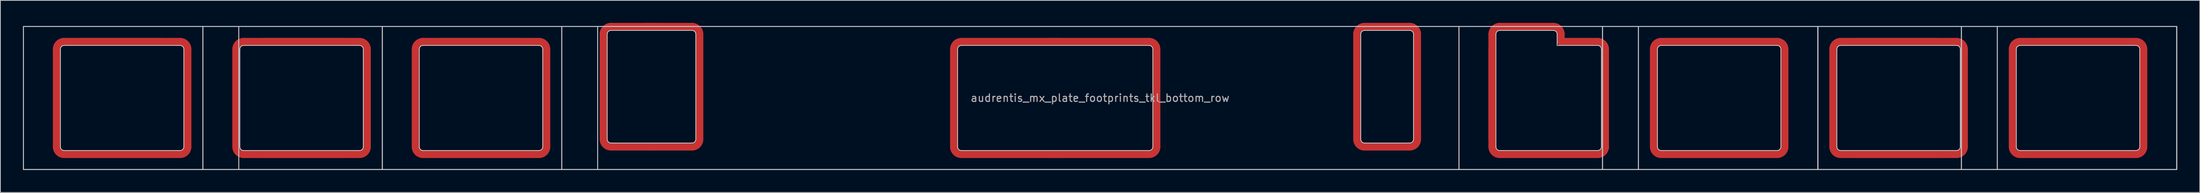
<source format=kicad_pcb>
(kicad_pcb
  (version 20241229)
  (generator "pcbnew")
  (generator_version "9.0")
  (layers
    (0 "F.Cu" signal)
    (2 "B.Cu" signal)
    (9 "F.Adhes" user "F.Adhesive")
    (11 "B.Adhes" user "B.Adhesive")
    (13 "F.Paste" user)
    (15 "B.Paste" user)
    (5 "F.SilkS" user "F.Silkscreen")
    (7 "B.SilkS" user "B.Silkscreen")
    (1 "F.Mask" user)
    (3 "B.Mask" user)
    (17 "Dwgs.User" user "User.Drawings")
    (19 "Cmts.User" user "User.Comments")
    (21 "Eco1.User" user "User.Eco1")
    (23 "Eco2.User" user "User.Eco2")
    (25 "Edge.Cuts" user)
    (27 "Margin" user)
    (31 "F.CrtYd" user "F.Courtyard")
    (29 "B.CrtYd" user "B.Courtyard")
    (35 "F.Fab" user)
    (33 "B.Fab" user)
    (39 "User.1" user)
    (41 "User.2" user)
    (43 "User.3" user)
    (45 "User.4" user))
  (footprint "audrentis_mx_plate_footprints_tkl_bottom_row"
    (layer "F.Cu")
    (at 142.935 10)
    (property "Reference" "audrentis_mx_plate_footprints_tkl_bottom_row" (at 0 0 0) (layer "F.Fab") (effects (font (size 1 1) (thickness 0.15))))
    (attr through_hole)
    (fp_line (start -138.469 -6.5) (end -138.469 6.5) (stroke (width 1) (type solid)) (layer "F.Cu"))
    (fp_line (start -137.469 7.5) (end -124.469 7.5) (stroke (width 1) (type solid)) (layer "F.Cu"))
    (fp_line (start -135.087 7.5) (end -122.088 7.5) (stroke (width 1) (type solid)) (layer "F.Cu"))
    (fp_line (start -124.469 -7.5) (end -137.469 -7.5) (stroke (width 1) (type solid)) (layer "F.Cu"))
    (fp_line (start -122.088 -7.5) (end -135.087 -7.5) (stroke (width 1) (type solid)) (layer "F.Cu"))
    (fp_line (start -121.088 6.5) (end -121.088 -6.5) (stroke (width 1) (type solid)) (layer "F.Cu"))
    (fp_line (start -114.656 -6.5) (end -114.656 6.5) (stroke (width 1) (type solid)) (layer "F.Cu"))
    (fp_line (start -113.656 7.5) (end -100.656 7.5) (stroke (width 1) (type solid)) (layer "F.Cu"))
    (fp_line (start -111.275 7.5) (end -98.275 7.5) (stroke (width 1) (type solid)) (layer "F.Cu"))
    (fp_line (start -100.656 -7.5) (end -113.656 -7.5) (stroke (width 1) (type solid)) (layer "F.Cu"))
    (fp_line (start -98.275 -7.5) (end -111.275 -7.5) (stroke (width 1) (type solid)) (layer "F.Cu"))
    (fp_line (start -97.275 6.5) (end -97.275 -6.5) (stroke (width 1) (type solid)) (layer "F.Cu"))
    (fp_line (start -90.844 -6.5) (end -90.844 6.5) (stroke (width 1) (type solid)) (layer "F.Cu"))
    (fp_line (start -89.844 7.5) (end -76.844 7.5) (stroke (width 1) (type solid)) (layer "F.Cu"))
    (fp_line (start -87.462 7.5) (end -74.463 7.5) (stroke (width 1) (type solid)) (layer "F.Cu"))
    (fp_line (start -76.844 -7.5) (end -89.844 -7.5) (stroke (width 1) (type solid)) (layer "F.Cu"))
    (fp_line (start -74.463 -7.5) (end -87.462 -7.5) (stroke (width 1) (type solid)) (layer "F.Cu"))
    (fp_line (start -73.463 6.5) (end -73.463 -6.5) (stroke (width 1) (type solid)) (layer "F.Cu"))
    (fp_line (start -65.906 -8.5) (end -65.906 5.5) (stroke (width 1) (type solid)) (layer "F.Cu"))
    (fp_line (start -64.906 6.5) (end -58.906 6.5) (stroke (width 1) (type solid)) (layer "F.Cu"))
    (fp_line (start -60.15 6.5) (end -54.15 6.5) (stroke (width 1) (type solid)) (layer "F.Cu"))
    (fp_line (start -58.906 -9.5) (end -64.906 -9.5) (stroke (width 1) (type solid)) (layer "F.Cu"))
    (fp_line (start -54.15 -9.5) (end -60.15 -9.5) (stroke (width 1) (type solid)) (layer "F.Cu"))
    (fp_line (start -53.15 5.5) (end -53.15 -8.5) (stroke (width 1) (type solid)) (layer "F.Cu"))
    (fp_line (start -19.406 -6.5) (end -19.406 6.5) (stroke (width 1) (type solid)) (layer "F.Cu"))
    (fp_line (start -18.406 7.5) (end -5.406 7.5) (stroke (width 1) (type solid)) (layer "F.Cu"))
    (fp_line (start -6.5 7.5) (end 6.5 7.5) (stroke (width 1) (type solid)) (layer "F.Cu"))
    (fp_line (start -5.406 -7.5) (end -18.406 -7.5) (stroke (width 1) (type solid)) (layer "F.Cu"))
    (fp_line (start 6.5 -7.5) (end -6.5 -7.5) (stroke (width 1) (type solid)) (layer "F.Cu"))
    (fp_line (start 7.5 6.5) (end 7.5 -6.5) (stroke (width 1) (type solid)) (layer "F.Cu"))
    (fp_line (start 34.094 -8.5) (end 34.094 5.5) (stroke (width 1) (type solid)) (layer "F.Cu"))
    (fp_line (start 35.094 6.5) (end 41.094 6.5) (stroke (width 1) (type solid)) (layer "F.Cu"))
    (fp_line (start 41.094 -9.5) (end 35.094 -9.5) (stroke (width 1) (type solid)) (layer "F.Cu"))
    (fp_line (start 42.094 5.5) (end 42.094 -8.5) (stroke (width 1) (type solid)) (layer "F.Cu"))
    (fp_line (start 52.031 -6.5) (end 52.031 6.5) (stroke (width 1) (type solid)) (layer "F.Cu"))
    (fp_line (start 52.031 -8.5) (end 52.031 5.5) (stroke (width 1) (type solid)) (layer "F.Cu"))
    (fp_line (start 53.031 7.5) (end 66.031 7.5) (stroke (width 1) (type solid)) (layer "F.Cu"))
    (fp_line (start 60.15 -9.5) (end 53.031 -9.5) (stroke (width 1) (type solid)) (layer "F.Cu"))
    (fp_line (start 61.15 -7.5) (end 61.15 -8.5) (stroke (width 1) (type solid)) (layer "F.Cu"))
    (fp_line (start 66.031 -7.5) (end 61.15 -7.5) (stroke (width 1) (type solid)) (layer "F.Cu"))
    (fp_line (start 67.031 6.5) (end 67.031 -6.5) (stroke (width 1) (type solid)) (layer "F.Cu"))
    (fp_line (start 73.463 -6.5) (end 73.463 6.5) (stroke (width 1) (type solid)) (layer "F.Cu"))
    (fp_line (start 74.463 7.5) (end 87.463 7.5) (stroke (width 1) (type solid)) (layer "F.Cu"))
    (fp_line (start 76.844 7.5) (end 89.844 7.5) (stroke (width 1) (type solid)) (layer "F.Cu"))
    (fp_line (start 87.463 -7.5) (end 74.463 -7.5) (stroke (width 1) (type solid)) (layer "F.Cu"))
    (fp_line (start 89.844 -7.5) (end 76.844 -7.5) (stroke (width 1) (type solid)) (layer "F.Cu"))
    (fp_line (start 90.844 6.5) (end 90.844 -6.5) (stroke (width 1) (type solid)) (layer "F.Cu"))
    (fp_line (start 97.275 -6.5) (end 97.275 6.5) (stroke (width 1) (type solid)) (layer "F.Cu"))
    (fp_line (start 98.275 7.5) (end 111.275 7.5) (stroke (width 1) (type solid)) (layer "F.Cu"))
    (fp_line (start 100.656 7.5) (end 113.656 7.5) (stroke (width 1) (type solid)) (layer "F.Cu"))
    (fp_line (start 111.275 -7.5) (end 98.275 -7.5) (stroke (width 1) (type solid)) (layer "F.Cu"))
    (fp_line (start 113.656 -7.5) (end 100.656 -7.5) (stroke (width 1) (type solid)) (layer "F.Cu"))
    (fp_line (start 114.656 6.5) (end 114.656 -6.5) (stroke (width 1) (type solid)) (layer "F.Cu"))
    (fp_line (start 121.088 -6.5) (end 121.088 6.5) (stroke (width 1) (type solid)) (layer "F.Cu"))
    (fp_line (start 122.088 7.5) (end 135.088 7.5) (stroke (width 1) (type solid)) (layer "F.Cu"))
    (fp_line (start 124.469 7.5) (end 137.469 7.5) (stroke (width 1) (type solid)) (layer "F.Cu"))
    (fp_line (start 135.088 -7.5) (end 122.088 -7.5) (stroke (width 1) (type solid)) (layer "F.Cu"))
    (fp_line (start 137.469 -7.5) (end 124.469 -7.5) (stroke (width 1) (type solid)) (layer "F.Cu"))
    (fp_line (start 138.469 6.5) (end 138.469 -6.5) (stroke (width 1) (type solid)) (layer "F.Cu"))
    (fp_arc (start -138.46875 -6.500001) (mid -138.175856 -7.207107) (end -137.468749 -7.5) (stroke (width 1) (type solid)) (layer "F.Cu"))
    (fp_arc (start -137.46875 7.5) (mid -138.175857 7.207107) (end -138.46875 6.5) (stroke (width 1) (type solid)) (layer "F.Cu"))
    (fp_arc (start -122.0875 -7.5) (mid -121.380393 -7.207107) (end -121.0875 -6.5) (stroke (width 1) (type solid)) (layer "F.Cu"))
    (fp_arc (start -121.087501 6.5) (mid -121.380394 7.207106) (end -122.0875 7.499999) (stroke (width 1) (type solid)) (layer "F.Cu"))
    (fp_arc (start -114.65625 -6.500001) (mid -114.363356 -7.207107) (end -113.656249 -7.5) (stroke (width 1) (type solid)) (layer "F.Cu"))
    (fp_arc (start -113.65625 7.5) (mid -114.363357 7.207107) (end -114.65625 6.5) (stroke (width 1) (type solid)) (layer "F.Cu"))
    (fp_arc (start -98.275 -7.5) (mid -97.567893 -7.207107) (end -97.275 -6.5) (stroke (width 1) (type solid)) (layer "F.Cu"))
    (fp_arc (start -97.275001 6.5) (mid -97.567894 7.207106) (end -98.275 7.499999) (stroke (width 1) (type solid)) (layer "F.Cu"))
    (fp_arc (start -90.84375 -6.500001) (mid -90.550856 -7.207107) (end -89.843749 -7.5) (stroke (width 1) (type solid)) (layer "F.Cu"))
    (fp_arc (start -89.84375 7.5) (mid -90.550857 7.207107) (end -90.84375 6.5) (stroke (width 1) (type solid)) (layer "F.Cu"))
    (fp_arc (start -74.4625 -7.5) (mid -73.755393 -7.207107) (end -73.4625 -6.5) (stroke (width 1) (type solid)) (layer "F.Cu"))
    (fp_arc (start -73.462501 6.5) (mid -73.755394 7.207106) (end -74.4625 7.499999) (stroke (width 1) (type solid)) (layer "F.Cu"))
    (fp_arc (start -65.906249 -8.5) (mid -65.613356 -9.207106) (end -64.90625 -9.499999) (stroke (width 1) (type solid)) (layer "F.Cu"))
    (fp_arc (start -64.90625 6.499999) (mid -65.613356 6.207106) (end -65.906249 5.5) (stroke (width 1) (type solid)) (layer "F.Cu"))
    (fp_arc (start -54.149999 -9.5) (mid -53.442893 -9.207106) (end -53.15 -8.499999) (stroke (width 1) (type solid)) (layer "F.Cu"))
    (fp_arc (start -53.15 5.5) (mid -53.442893 6.207107) (end -54.15 6.5) (stroke (width 1) (type solid)) (layer "F.Cu"))
    (fp_arc (start -19.406249 -6.499999) (mid -19.113356 -7.207106) (end -18.406249 -7.499999) (stroke (width 1) (type solid)) (layer "F.Cu"))
    (fp_arc (start -18.406249 7.5) (mid -19.113356 7.207107) (end -19.406249 6.5) (stroke (width 1) (type solid)) (layer "F.Cu"))
    (fp_arc (start 6.5 -7.499999) (mid 7.207107 -7.207106) (end 7.5 -6.499999) (stroke (width 1) (type solid)) (layer "F.Cu"))
    (fp_arc (start 7.5 6.5) (mid 7.207107 7.207107) (end 6.5 7.5) (stroke (width 1) (type solid)) (layer "F.Cu"))
    (fp_arc (start 34.093751 -8.5) (mid 34.386644 -9.207106) (end 35.09375 -9.499999) (stroke (width 1) (type solid)) (layer "F.Cu"))
    (fp_arc (start 35.09375 6.499999) (mid 34.386644 6.207106) (end 34.093751 5.5) (stroke (width 1) (type solid)) (layer "F.Cu"))
    (fp_arc (start 41.093751 -9.5) (mid 41.800857 -9.207106) (end 42.09375 -8.499999) (stroke (width 1) (type solid)) (layer "F.Cu"))
    (fp_arc (start 42.09375 5.5) (mid 41.800857 6.207107) (end 41.09375 6.5) (stroke (width 1) (type solid)) (layer "F.Cu"))
    (fp_arc (start 52.031251 -8.5) (mid 52.324144 -9.207106) (end 53.03125 -9.499999) (stroke (width 1) (type solid)) (layer "F.Cu"))
    (fp_arc (start 53.03125 7.5) (mid 52.324143 7.207107) (end 52.03125 6.5) (stroke (width 1) (type solid)) (layer "F.Cu"))
    (fp_arc (start 60.150001 -9.5) (mid 60.857107 -9.207106) (end 61.15 -8.499999) (stroke (width 1) (type solid)) (layer "F.Cu"))
    (fp_arc (start 66.03125 -7.5) (mid 66.738357 -7.207107) (end 67.03125 -6.5) (stroke (width 1) (type solid)) (layer "F.Cu"))
    (fp_arc (start 67.031249 6.5) (mid 66.738356 7.207106) (end 66.03125 7.499999) (stroke (width 1) (type solid)) (layer "F.Cu"))
    (fp_arc (start 73.4625 -6.500001) (mid 73.755394 -7.207107) (end 74.462501 -7.5) (stroke (width 1) (type solid)) (layer "F.Cu"))
    (fp_arc (start 74.4625 7.5) (mid 73.755393 7.207107) (end 73.4625 6.5) (stroke (width 1) (type solid)) (layer "F.Cu"))
    (fp_arc (start 89.84375 -7.5) (mid 90.550857 -7.207107) (end 90.84375 -6.5) (stroke (width 1) (type solid)) (layer "F.Cu"))
    (fp_arc (start 90.843749 6.5) (mid 90.550856 7.207106) (end 89.84375 7.499999) (stroke (width 1) (type solid)) (layer "F.Cu"))
    (fp_arc (start 97.275 -6.500001) (mid 97.567894 -7.207107) (end 98.275001 -7.5) (stroke (width 1) (type solid)) (layer "F.Cu"))
    (fp_arc (start 98.275 7.5) (mid 97.567893 7.207107) (end 97.275 6.5) (stroke (width 1) (type solid)) (layer "F.Cu"))
    (fp_arc (start 113.65625 -7.5) (mid 114.363357 -7.207107) (end 114.65625 -6.5) (stroke (width 1) (type solid)) (layer "F.Cu"))
    (fp_arc (start 114.656249 6.5) (mid 114.363356 7.207106) (end 113.65625 7.499999) (stroke (width 1) (type solid)) (layer "F.Cu"))
    (fp_arc (start 121.0875 -6.500001) (mid 121.380394 -7.207107) (end 122.087501 -7.5) (stroke (width 1) (type solid)) (layer "F.Cu"))
    (fp_arc (start 122.0875 7.5) (mid 121.380393 7.207107) (end 121.0875 6.5) (stroke (width 1) (type solid)) (layer "F.Cu"))
    (fp_arc (start 137.46875 -7.5) (mid 138.175857 -7.207107) (end 138.46875 -6.5) (stroke (width 1) (type solid)) (layer "F.Cu"))
    (fp_arc (start 138.468749 6.5) (mid 138.175856 7.207106) (end 137.46875 7.499999) (stroke (width 1) (type solid)) (layer "F.Cu"))
    (fp_line (start -138.469 -6.5) (end -138.469 6.5) (stroke (width 1) (type solid)) (layer "F.Mask"))
    (fp_line (start -137.469 7.5) (end -124.469 7.5) (stroke (width 1) (type solid)) (layer "F.Mask"))
    (fp_line (start -135.087 7.5) (end -122.088 7.5) (stroke (width 1) (type solid)) (layer "F.Mask"))
    (fp_line (start -124.469 -7.5) (end -137.469 -7.5) (stroke (width 1) (type solid)) (layer "F.Mask"))
    (fp_line (start -122.088 -7.5) (end -135.087 -7.5) (stroke (width 1) (type solid)) (layer "F.Mask"))
    (fp_line (start -121.088 6.5) (end -121.088 -6.5) (stroke (width 1) (type solid)) (layer "F.Mask"))
    (fp_line (start -114.656 -6.5) (end -114.656 6.5) (stroke (width 1) (type solid)) (layer "F.Mask"))
    (fp_line (start -113.656 7.5) (end -100.656 7.5) (stroke (width 1) (type solid)) (layer "F.Mask"))
    (fp_line (start -111.275 7.5) (end -98.275 7.5) (stroke (width 1) (type solid)) (layer "F.Mask"))
    (fp_line (start -100.656 -7.5) (end -113.656 -7.5) (stroke (width 1) (type solid)) (layer "F.Mask"))
    (fp_line (start -98.275 -7.5) (end -111.275 -7.5) (stroke (width 1) (type solid)) (layer "F.Mask"))
    (fp_line (start -97.275 6.5) (end -97.275 -6.5) (stroke (width 1) (type solid)) (layer "F.Mask"))
    (fp_line (start -90.844 -6.5) (end -90.844 6.5) (stroke (width 1) (type solid)) (layer "F.Mask"))
    (fp_line (start -89.844 7.5) (end -76.844 7.5) (stroke (width 1) (type solid)) (layer "F.Mask"))
    (fp_line (start -87.462 7.5) (end -74.463 7.5) (stroke (width 1) (type solid)) (layer "F.Mask"))
    (fp_line (start -76.844 -7.5) (end -89.844 -7.5) (stroke (width 1) (type solid)) (layer "F.Mask"))
    (fp_line (start -74.463 -7.5) (end -87.462 -7.5) (stroke (width 1) (type solid)) (layer "F.Mask"))
    (fp_line (start -73.463 6.5) (end -73.463 -6.5) (stroke (width 1) (type solid)) (layer "F.Mask"))
    (fp_line (start -65.906 -8.5) (end -65.906 5.5) (stroke (width 1) (type solid)) (layer "F.Mask"))
    (fp_line (start -64.906 6.5) (end -58.906 6.5) (stroke (width 1) (type solid)) (layer "F.Mask"))
    (fp_line (start -60.15 6.5) (end -54.15 6.5) (stroke (width 1) (type solid)) (layer "F.Mask"))
    (fp_line (start -58.906 -9.5) (end -64.906 -9.5) (stroke (width 1) (type solid)) (layer "F.Mask"))
    (fp_line (start -54.15 -9.5) (end -60.15 -9.5) (stroke (width 1) (type solid)) (layer "F.Mask"))
    (fp_line (start -53.15 5.5) (end -53.15 -8.5) (stroke (width 1) (type solid)) (layer "F.Mask"))
    (fp_line (start -19.406 -6.5) (end -19.406 6.5) (stroke (width 1) (type solid)) (layer "F.Mask"))
    (fp_line (start -18.406 7.5) (end -5.406 7.5) (stroke (width 1) (type solid)) (layer "F.Mask"))
    (fp_line (start -6.5 7.5) (end 6.5 7.5) (stroke (width 1) (type solid)) (layer "F.Mask"))
    (fp_line (start -5.406 -7.5) (end -18.406 -7.5) (stroke (width 1) (type solid)) (layer "F.Mask"))
    (fp_line (start 6.5 -7.5) (end -6.5 -7.5) (stroke (width 1) (type solid)) (layer "F.Mask"))
    (fp_line (start 7.5 6.5) (end 7.5 -6.5) (stroke (width 1) (type solid)) (layer "F.Mask"))
    (fp_line (start 34.094 -8.5) (end 34.094 5.5) (stroke (width 1) (type solid)) (layer "F.Mask"))
    (fp_line (start 35.094 6.5) (end 41.094 6.5) (stroke (width 1) (type solid)) (layer "F.Mask"))
    (fp_line (start 41.094 -9.5) (end 35.094 -9.5) (stroke (width 1) (type solid)) (layer "F.Mask"))
    (fp_line (start 42.094 5.5) (end 42.094 -8.5) (stroke (width 1) (type solid)) (layer "F.Mask"))
    (fp_line (start 52.031 -6.5) (end 52.031 6.5) (stroke (width 1) (type solid)) (layer "F.Mask"))
    (fp_line (start 52.031 -8.5) (end 52.031 5.5) (stroke (width 1) (type solid)) (layer "F.Mask"))
    (fp_line (start 53.031 7.5) (end 66.031 7.5) (stroke (width 1) (type solid)) (layer "F.Mask"))
    (fp_line (start 60.15 -9.5) (end 53.031 -9.5) (stroke (width 1) (type solid)) (layer "F.Mask"))
    (fp_line (start 61.15 -7.5) (end 61.15 -8.5) (stroke (width 1) (type solid)) (layer "F.Mask"))
    (fp_line (start 66.031 -7.5) (end 61.15 -7.5) (stroke (width 1) (type solid)) (layer "F.Mask"))
    (fp_line (start 67.031 6.5) (end 67.031 -6.5) (stroke (width 1) (type solid)) (layer "F.Mask"))
    (fp_line (start 73.463 -6.5) (end 73.463 6.5) (stroke (width 1) (type solid)) (layer "F.Mask"))
    (fp_line (start 74.463 7.5) (end 87.463 7.5) (stroke (width 1) (type solid)) (layer "F.Mask"))
    (fp_line (start 76.844 7.5) (end 89.844 7.5) (stroke (width 1) (type solid)) (layer "F.Mask"))
    (fp_line (start 87.463 -7.5) (end 74.463 -7.5) (stroke (width 1) (type solid)) (layer "F.Mask"))
    (fp_line (start 89.844 -7.5) (end 76.844 -7.5) (stroke (width 1) (type solid)) (layer "F.Mask"))
    (fp_line (start 90.844 6.5) (end 90.844 -6.5) (stroke (width 1) (type solid)) (layer "F.Mask"))
    (fp_line (start 97.275 -6.5) (end 97.275 6.5) (stroke (width 1) (type solid)) (layer "F.Mask"))
    (fp_line (start 98.275 7.5) (end 111.275 7.5) (stroke (width 1) (type solid)) (layer "F.Mask"))
    (fp_line (start 100.656 7.5) (end 113.656 7.5) (stroke (width 1) (type solid)) (layer "F.Mask"))
    (fp_line (start 111.275 -7.5) (end 98.275 -7.5) (stroke (width 1) (type solid)) (layer "F.Mask"))
    (fp_line (start 113.656 -7.5) (end 100.656 -7.5) (stroke (width 1) (type solid)) (layer "F.Mask"))
    (fp_line (start 114.656 6.5) (end 114.656 -6.5) (stroke (width 1) (type solid)) (layer "F.Mask"))
    (fp_line (start 121.088 -6.5) (end 121.088 6.5) (stroke (width 1) (type solid)) (layer "F.Mask"))
    (fp_line (start 122.088 7.5) (end 135.088 7.5) (stroke (width 1) (type solid)) (layer "F.Mask"))
    (fp_line (start 124.469 7.5) (end 137.469 7.5) (stroke (width 1) (type solid)) (layer "F.Mask"))
    (fp_line (start 135.088 -7.5) (end 122.088 -7.5) (stroke (width 1) (type solid)) (layer "F.Mask"))
    (fp_line (start 137.469 -7.5) (end 124.469 -7.5) (stroke (width 1) (type solid)) (layer "F.Mask"))
    (fp_line (start 138.469 6.5) (end 138.469 -6.5) (stroke (width 1) (type solid)) (layer "F.Mask"))
    (fp_arc (start -138.46875 -6.500001) (mid -138.175856 -7.207107) (end -137.468749 -7.5) (stroke (width 1) (type solid)) (layer "F.Mask"))
    (fp_arc (start -137.46875 7.5) (mid -138.175857 7.207107) (end -138.46875 6.5) (stroke (width 1) (type solid)) (layer "F.Mask"))
    (fp_arc (start -122.0875 -7.5) (mid -121.380393 -7.207107) (end -121.0875 -6.5) (stroke (width 1) (type solid)) (layer "F.Mask"))
    (fp_arc (start -121.087501 6.5) (mid -121.380394 7.207106) (end -122.0875 7.499999) (stroke (width 1) (type solid)) (layer "F.Mask"))
    (fp_arc (start -114.65625 -6.500001) (mid -114.363356 -7.207107) (end -113.656249 -7.5) (stroke (width 1) (type solid)) (layer "F.Mask"))
    (fp_arc (start -113.65625 7.5) (mid -114.363357 7.207107) (end -114.65625 6.5) (stroke (width 1) (type solid)) (layer "F.Mask"))
    (fp_arc (start -98.275 -7.5) (mid -97.567893 -7.207107) (end -97.275 -6.5) (stroke (width 1) (type solid)) (layer "F.Mask"))
    (fp_arc (start -97.275001 6.5) (mid -97.567894 7.207106) (end -98.275 7.499999) (stroke (width 1) (type solid)) (layer "F.Mask"))
    (fp_arc (start -90.84375 -6.500001) (mid -90.550856 -7.207107) (end -89.843749 -7.5) (stroke (width 1) (type solid)) (layer "F.Mask"))
    (fp_arc (start -89.84375 7.5) (mid -90.550857 7.207107) (end -90.84375 6.5) (stroke (width 1) (type solid)) (layer "F.Mask"))
    (fp_arc (start -74.4625 -7.5) (mid -73.755393 -7.207107) (end -73.4625 -6.5) (stroke (width 1) (type solid)) (layer "F.Mask"))
    (fp_arc (start -73.462501 6.5) (mid -73.755394 7.207106) (end -74.4625 7.499999) (stroke (width 1) (type solid)) (layer "F.Mask"))
    (fp_arc (start -65.906249 -8.5) (mid -65.613356 -9.207106) (end -64.90625 -9.499999) (stroke (width 1) (type solid)) (layer "F.Mask"))
    (fp_arc (start -64.90625 6.499999) (mid -65.613356 6.207106) (end -65.906249 5.5) (stroke (width 1) (type solid)) (layer "F.Mask"))
    (fp_arc (start -54.149999 -9.5) (mid -53.442893 -9.207106) (end -53.15 -8.499999) (stroke (width 1) (type solid)) (layer "F.Mask"))
    (fp_arc (start -53.15 5.5) (mid -53.442893 6.207107) (end -54.15 6.5) (stroke (width 1) (type solid)) (layer "F.Mask"))
    (fp_arc (start -19.406249 -6.499999) (mid -19.113356 -7.207106) (end -18.406249 -7.499999) (stroke (width 1) (type solid)) (layer "F.Mask"))
    (fp_arc (start -18.406249 7.5) (mid -19.113356 7.207107) (end -19.406249 6.5) (stroke (width 1) (type solid)) (layer "F.Mask"))
    (fp_arc (start 6.5 -7.499999) (mid 7.207107 -7.207106) (end 7.5 -6.499999) (stroke (width 1) (type solid)) (layer "F.Mask"))
    (fp_arc (start 7.5 6.5) (mid 7.207107 7.207107) (end 6.5 7.5) (stroke (width 1) (type solid)) (layer "F.Mask"))
    (fp_arc (start 34.093751 -8.5) (mid 34.386644 -9.207106) (end 35.09375 -9.499999) (stroke (width 1) (type solid)) (layer "F.Mask"))
    (fp_arc (start 35.09375 6.499999) (mid 34.386644 6.207106) (end 34.093751 5.5) (stroke (width 1) (type solid)) (layer "F.Mask"))
    (fp_arc (start 41.093751 -9.5) (mid 41.800857 -9.207106) (end 42.09375 -8.499999) (stroke (width 1) (type solid)) (layer "F.Mask"))
    (fp_arc (start 42.09375 5.5) (mid 41.800857 6.207107) (end 41.09375 6.5) (stroke (width 1) (type solid)) (layer "F.Mask"))
    (fp_arc (start 52.031251 -8.5) (mid 52.324144 -9.207106) (end 53.03125 -9.499999) (stroke (width 1) (type solid)) (layer "F.Mask"))
    (fp_arc (start 53.03125 7.5) (mid 52.324143 7.207107) (end 52.03125 6.5) (stroke (width 1) (type solid)) (layer "F.Mask"))
    (fp_arc (start 60.150001 -9.5) (mid 60.857107 -9.207106) (end 61.15 -8.499999) (stroke (width 1) (type solid)) (layer "F.Mask"))
    (fp_arc (start 66.03125 -7.5) (mid 66.738357 -7.207107) (end 67.03125 -6.5) (stroke (width 1) (type solid)) (layer "F.Mask"))
    (fp_arc (start 67.031249 6.5) (mid 66.738356 7.207106) (end 66.03125 7.499999) (stroke (width 1) (type solid)) (layer "F.Mask"))
    (fp_arc (start 73.4625 -6.500001) (mid 73.755394 -7.207107) (end 74.462501 -7.5) (stroke (width 1) (type solid)) (layer "F.Mask"))
    (fp_arc (start 74.4625 7.5) (mid 73.755393 7.207107) (end 73.4625 6.5) (stroke (width 1) (type solid)) (layer "F.Mask"))
    (fp_arc (start 89.84375 -7.5) (mid 90.550857 -7.207107) (end 90.84375 -6.5) (stroke (width 1) (type solid)) (layer "F.Mask"))
    (fp_arc (start 90.843749 6.5) (mid 90.550856 7.207106) (end 89.84375 7.499999) (stroke (width 1) (type solid)) (layer "F.Mask"))
    (fp_arc (start 97.275 -6.500001) (mid 97.567894 -7.207107) (end 98.275001 -7.5) (stroke (width 1) (type solid)) (layer "F.Mask"))
    (fp_arc (start 98.275 7.5) (mid 97.567893 7.207107) (end 97.275 6.5) (stroke (width 1) (type solid)) (layer "F.Mask"))
    (fp_arc (start 113.65625 -7.5) (mid 114.363357 -7.207107) (end 114.65625 -6.5) (stroke (width 1) (type solid)) (layer "F.Mask"))
    (fp_arc (start 114.656249 6.5) (mid 114.363356 7.207106) (end 113.65625 7.499999) (stroke (width 1) (type solid)) (layer "F.Mask"))
    (fp_arc (start 121.0875 -6.500001) (mid 121.380394 -7.207107) (end 122.087501 -7.5) (stroke (width 1) (type solid)) (layer "F.Mask"))
    (fp_arc (start 122.0875 7.5) (mid 121.380393 7.207107) (end 121.0875 6.5) (stroke (width 1) (type solid)) (layer "F.Mask"))
    (fp_arc (start 137.46875 -7.5) (mid 138.175857 -7.207107) (end 138.46875 -6.5) (stroke (width 1) (type solid)) (layer "F.Mask"))
    (fp_arc (start 138.468749 6.5) (mid 138.175856 7.207106) (end 137.46875 7.499999) (stroke (width 1) (type solid)) (layer "F.Mask"))
    (fp_line (start -142.875 -9.525) (end -142.875 9.525) (stroke (width 0.12) (type solid)) (layer "Dwgs.User"))
    (fp_line (start -142.875 -9.525) (end -142.875 9.525) (stroke (width 0.12) (type solid)) (layer "Dwgs.User"))
    (fp_line (start -142.875 -9.525) (end -119.062 -9.525) (stroke (width 0.12) (type solid)) (layer "Dwgs.User"))
    (fp_line (start -142.875 -9.525) (end -114.3 -9.525) (stroke (width 0.12) (type solid)) (layer "Dwgs.User"))
    (fp_line (start -142.875 9.525) (end -119.062 9.525) (stroke (width 0.12) (type solid)) (layer "Dwgs.User"))
    (fp_line (start -142.875 9.525) (end -114.3 9.525) (stroke (width 0.12) (type solid)) (layer "Dwgs.User"))
    (fp_line (start -119.062 -9.525) (end -119.062 9.525) (stroke (width 0.12) (type solid)) (layer "Dwgs.User"))
    (fp_line (start -119.062 -9.525) (end -95.25 -9.525) (stroke (width 0.12) (type solid)) (layer "Dwgs.User"))
    (fp_line (start -119.062 9.525) (end -119.062 -9.525) (stroke (width 0.12) (type solid)) (layer "Dwgs.User"))
    (fp_line (start -119.062 9.525) (end -95.25 9.525) (stroke (width 0.12) (type solid)) (layer "Dwgs.User"))
    (fp_line (start -114.3 -9.525) (end -114.3 9.525) (stroke (width 0.12) (type solid)) (layer "Dwgs.User"))
    (fp_line (start -114.3 -9.525) (end -95.25 -9.525) (stroke (width 0.12) (type solid)) (layer "Dwgs.User"))
    (fp_line (start -114.3 9.525) (end -114.3 -9.525) (stroke (width 0.12) (type solid)) (layer "Dwgs.User"))
    (fp_line (start -114.3 9.525) (end -95.25 9.525) (stroke (width 0.12) (type solid)) (layer "Dwgs.User"))
    (fp_line (start -95.25 -9.525) (end -95.25 9.525) (stroke (width 0.12) (type solid)) (layer "Dwgs.User"))
    (fp_line (start -95.25 -9.525) (end -95.25 9.525) (stroke (width 0.12) (type solid)) (layer "Dwgs.User"))
    (fp_line (start -95.25 -9.525) (end -71.438 -9.525) (stroke (width 0.12) (type solid)) (layer "Dwgs.User"))
    (fp_line (start -95.25 -9.525) (end -66.675 -9.525) (stroke (width 0.12) (type solid)) (layer "Dwgs.User"))
    (fp_line (start -95.25 9.525) (end -95.25 -9.525) (stroke (width 0.12) (type solid)) (layer "Dwgs.User"))
    (fp_line (start -95.25 9.525) (end -95.25 -9.525) (stroke (width 0.12) (type solid)) (layer "Dwgs.User"))
    (fp_line (start -95.25 9.525) (end -71.438 9.525) (stroke (width 0.12) (type solid)) (layer "Dwgs.User"))
    (fp_line (start -95.25 9.525) (end -66.675 9.525) (stroke (width 0.12) (type solid)) (layer "Dwgs.User"))
    (fp_line (start -71.438 -9.525) (end -71.438 9.525) (stroke (width 0.12) (type solid)) (layer "Dwgs.User"))
    (fp_line (start -71.438 -9.525) (end 47.625 -9.525) (stroke (width 0.12) (type solid)) (layer "Dwgs.User"))
    (fp_line (start -71.438 9.525) (end -71.438 -9.525) (stroke (width 0.12) (type solid)) (layer "Dwgs.User"))
    (fp_line (start -71.438 9.525) (end 47.625 9.525) (stroke (width 0.12) (type solid)) (layer "Dwgs.User"))
    (fp_line (start -66.675 -9.525) (end -66.675 9.525) (stroke (width 0.12) (type solid)) (layer "Dwgs.User"))
    (fp_line (start -66.675 -9.525) (end 66.675 -9.525) (stroke (width 0.12) (type solid)) (layer "Dwgs.User"))
    (fp_line (start -66.675 9.525) (end -66.675 -9.525) (stroke (width 0.12) (type solid)) (layer "Dwgs.User"))
    (fp_line (start -66.675 9.525) (end 66.675 9.525) (stroke (width 0.12) (type solid)) (layer "Dwgs.User"))
    (fp_line (start 47.625 -9.525) (end 47.625 9.525) (stroke (width 0.12) (type solid)) (layer "Dwgs.User"))
    (fp_line (start 47.625 -9.525) (end 47.625 9.525) (stroke (width 0.12) (type solid)) (layer "Dwgs.User"))
    (fp_line (start 47.625 -9.525) (end 71.438 -9.525) (stroke (width 0.12) (type solid)) (layer "Dwgs.User"))
    (fp_line (start 47.625 9.525) (end 71.438 9.525) (stroke (width 0.12) (type solid)) (layer "Dwgs.User"))
    (fp_line (start 66.675 -9.525) (end 66.675 9.525) (stroke (width 0.12) (type solid)) (layer "Dwgs.User"))
    (fp_line (start 66.675 -9.525) (end 66.675 9.525) (stroke (width 0.12) (type solid)) (layer "Dwgs.User"))
    (fp_line (start 66.675 -9.525) (end 95.25 -9.525) (stroke (width 0.12) (type solid)) (layer "Dwgs.User"))
    (fp_line (start 66.675 9.525) (end 95.25 9.525) (stroke (width 0.12) (type solid)) (layer "Dwgs.User"))
    (fp_line (start 71.438 -9.525) (end 71.438 9.525) (stroke (width 0.12) (type solid)) (layer "Dwgs.User"))
    (fp_line (start 71.438 -9.525) (end 71.438 9.525) (stroke (width 0.12) (type solid)) (layer "Dwgs.User"))
    (fp_line (start 71.438 -9.525) (end 95.25 -9.525) (stroke (width 0.12) (type solid)) (layer "Dwgs.User"))
    (fp_line (start 71.438 9.525) (end 71.438 -9.525) (stroke (width 0.12) (type solid)) (layer "Dwgs.User"))
    (fp_line (start 71.438 9.525) (end 95.25 9.525) (stroke (width 0.12) (type solid)) (layer "Dwgs.User"))
    (fp_line (start 95.25 -9.525) (end 95.25 9.525) (stroke (width 0.12) (type solid)) (layer "Dwgs.User"))
    (fp_line (start 95.25 -9.525) (end 95.25 9.525) (stroke (width 0.12) (type solid)) (layer "Dwgs.User"))
    (fp_line (start 95.25 -9.525) (end 95.25 9.525) (stroke (width 0.12) (type solid)) (layer "Dwgs.User"))
    (fp_line (start 95.25 -9.525) (end 114.3 -9.525) (stroke (width 0.12) (type solid)) (layer "Dwgs.User"))
    (fp_line (start 95.25 -9.525) (end 119.062 -9.525) (stroke (width 0.12) (type solid)) (layer "Dwgs.User"))
    (fp_line (start 95.25 9.525) (end 95.25 -9.525) (stroke (width 0.12) (type solid)) (layer "Dwgs.User"))
    (fp_line (start 95.25 9.525) (end 95.25 -9.525) (stroke (width 0.12) (type solid)) (layer "Dwgs.User"))
    (fp_line (start 95.25 9.525) (end 114.3 9.525) (stroke (width 0.12) (type solid)) (layer "Dwgs.User"))
    (fp_line (start 95.25 9.525) (end 119.062 9.525) (stroke (width 0.12) (type solid)) (layer "Dwgs.User"))
    (fp_line (start 114.3 -9.525) (end 114.3 9.525) (stroke (width 0.12) (type solid)) (layer "Dwgs.User"))
    (fp_line (start 114.3 -9.525) (end 142.875 -9.525) (stroke (width 0.12) (type solid)) (layer "Dwgs.User"))
    (fp_line (start 114.3 9.525) (end 114.3 -9.525) (stroke (width 0.12) (type solid)) (layer "Dwgs.User"))
    (fp_line (start 114.3 9.525) (end 142.875 9.525) (stroke (width 0.12) (type solid)) (layer "Dwgs.User"))
    (fp_line (start 119.062 -9.525) (end 119.062 9.525) (stroke (width 0.12) (type solid)) (layer "Dwgs.User"))
    (fp_line (start 119.062 -9.525) (end 119.062 9.525) (stroke (width 0.12) (type solid)) (layer "Dwgs.User"))
    (fp_line (start 119.062 -9.525) (end 142.875 -9.525) (stroke (width 0.12) (type solid)) (layer "Dwgs.User"))
    (fp_line (start 119.062 9.525) (end 119.062 -9.525) (stroke (width 0.12) (type solid)) (layer "Dwgs.User"))
    (fp_line (start 119.062 9.525) (end 142.875 9.525) (stroke (width 0.12) (type solid)) (layer "Dwgs.User"))
    (fp_line (start 142.875 -9.525) (end 142.875 9.525) (stroke (width 0.12) (type solid)) (layer "Dwgs.User"))
    (fp_line (start 142.875 9.525) (end 142.875 -9.525) (stroke (width 0.12) (type solid)) (layer "Dwgs.User"))
    (fp_line (start 142.875 9.525) (end 142.875 -9.525) (stroke (width 0.12) (type solid)) (layer "Dwgs.User"))
    (fp_line (start -137.969 -6.5) (end -137.969 6.5) (stroke (width 0.1) (type solid)) (layer "Edge.Cuts"))
    (fp_line (start -137.469 7) (end -122.088 7) (stroke (width 0.1) (type solid)) (layer "Edge.Cuts"))
    (fp_line (start -122.088 -7) (end -137.469 -7) (stroke (width 0.1) (type solid)) (layer "Edge.Cuts"))
    (fp_line (start -121.588 6.5) (end -121.588 -6.5) (stroke (width 0.1) (type solid)) (layer "Edge.Cuts"))
    (fp_line (start -114.156 -6.5) (end -114.156 6.5) (stroke (width 0.1) (type solid)) (layer "Edge.Cuts"))
    (fp_line (start -113.656 7) (end -98.275 7) (stroke (width 0.1) (type solid)) (layer "Edge.Cuts"))
    (fp_line (start -98.275 -7) (end -113.656 -7) (stroke (width 0.1) (type solid)) (layer "Edge.Cuts"))
    (fp_line (start -97.775 6.5) (end -97.775 -6.5) (stroke (width 0.1) (type solid)) (layer "Edge.Cuts"))
    (fp_line (start -90.344 -6.5) (end -90.344 6.5) (stroke (width 0.1) (type solid)) (layer "Edge.Cuts"))
    (fp_line (start -89.844 7) (end -74.463 7) (stroke (width 0.1) (type solid)) (layer "Edge.Cuts"))
    (fp_line (start -74.463 -7) (end -89.844 -7) (stroke (width 0.1) (type solid)) (layer "Edge.Cuts"))
    (fp_line (start -73.963 6.5) (end -73.963 -6.5) (stroke (width 0.1) (type solid)) (layer "Edge.Cuts"))
    (fp_line (start -65.406 -8.5) (end -65.406 5.5) (stroke (width 0.1) (type solid)) (layer "Edge.Cuts"))
    (fp_line (start -64.906 6) (end -54.15 6) (stroke (width 0.1) (type solid)) (layer "Edge.Cuts"))
    (fp_line (start -54.15 -9) (end -64.906 -9) (stroke (width 0.1) (type solid)) (layer "Edge.Cuts"))
    (fp_line (start -53.65 5.5) (end -53.65 -8.5) (stroke (width 0.1) (type solid)) (layer "Edge.Cuts"))
    (fp_line (start -18.906 6.5) (end -18.906 -6.5) (stroke (width 0.1) (type solid)) (layer "Edge.Cuts"))
    (fp_line (start -18.406 -7) (end 6.5 -7) (stroke (width 0.1) (type solid)) (layer "Edge.Cuts"))
    (fp_line (start 6.5 7) (end -18.406 7) (stroke (width 0.1) (type solid)) (layer "Edge.Cuts"))
    (fp_line (start 7 -6.5) (end 7 6.5) (stroke (width 0.1) (type solid)) (layer "Edge.Cuts"))
    (fp_line (start 34.594 5.5) (end 34.594 -8.5) (stroke (width 0.1) (type solid)) (layer "Edge.Cuts"))
    (fp_line (start 35.094 -9) (end 41.094 -9) (stroke (width 0.1) (type solid)) (layer "Edge.Cuts"))
    (fp_line (start 41.094 6) (end 35.094 6) (stroke (width 0.1) (type solid)) (layer "Edge.Cuts"))
    (fp_line (start 41.594 -8.5) (end 41.594 5.5) (stroke (width 0.1) (type solid)) (layer "Edge.Cuts"))
    (fp_line (start 52.531 6.5) (end 52.531 -8.5) (stroke (width 0.1) (type solid)) (layer "Edge.Cuts"))
    (fp_line (start 53.031 -9) (end 60.15 -9) (stroke (width 0.1) (type solid)) (layer "Edge.Cuts"))
    (fp_line (start 53.031 7) (end 66.031 7) (stroke (width 0.1) (type solid)) (layer "Edge.Cuts"))
    (fp_line (start 60.65 -8.5) (end 60.65 -7) (stroke (width 0.1) (type solid)) (layer "Edge.Cuts"))
    (fp_line (start 66.031 -7) (end 60.65 -7) (stroke (width 0.1) (type solid)) (layer "Edge.Cuts"))
    (fp_line (start 66.531 6.5) (end 66.531 -6.5) (stroke (width 0.1) (type solid)) (layer "Edge.Cuts"))
    (fp_line (start 73.963 -6.5) (end 73.963 6.5) (stroke (width 0.1) (type solid)) (layer "Edge.Cuts"))
    (fp_line (start 74.463 7) (end 89.844 7) (stroke (width 0.1) (type solid)) (layer "Edge.Cuts"))
    (fp_line (start 89.844 -7) (end 74.463 -7) (stroke (width 0.1) (type solid)) (layer "Edge.Cuts"))
    (fp_line (start 90.344 6.5) (end 90.344 -6.5) (stroke (width 0.1) (type solid)) (layer "Edge.Cuts"))
    (fp_line (start 97.775 -6.5) (end 97.775 6.5) (stroke (width 0.1) (type solid)) (layer "Edge.Cuts"))
    (fp_line (start 98.275 7) (end 113.656 7) (stroke (width 0.1) (type solid)) (layer "Edge.Cuts"))
    (fp_line (start 113.656 -7) (end 98.275 -7) (stroke (width 0.1) (type solid)) (layer "Edge.Cuts"))
    (fp_line (start 114.156 6.5) (end 114.156 -6.5) (stroke (width 0.1) (type solid)) (layer "Edge.Cuts"))
    (fp_line (start 121.588 -6.5) (end 121.588 6.5) (stroke (width 0.1) (type solid)) (layer "Edge.Cuts"))
    (fp_line (start 122.088 7) (end 137.469 7) (stroke (width 0.1) (type solid)) (layer "Edge.Cuts"))
    (fp_line (start 137.469 -7) (end 122.088 -7) (stroke (width 0.1) (type solid)) (layer "Edge.Cuts"))
    (fp_line (start 137.969 6.5) (end 137.969 -6.5) (stroke (width 0.1) (type solid)) (layer "Edge.Cuts"))
    (fp_arc (start -137.96875 -6.500001) (mid -137.822303 -6.853554) (end -137.468749 -7) (stroke (width 0.1) (type solid)) (layer "Edge.Cuts"))
    (fp_arc (start -137.46875 7) (mid -137.822303 6.853553) (end -137.96875 6.5) (stroke (width 0.1) (type solid)) (layer "Edge.Cuts"))
    (fp_arc (start -122.0875 -7) (mid -121.733947 -6.853553) (end -121.5875 -6.5) (stroke (width 0.1) (type solid)) (layer "Edge.Cuts"))
    (fp_arc (start -121.587501 6.5) (mid -121.733947 6.853553) (end -122.0875 6.999999) (stroke (width 0.1) (type solid)) (layer "Edge.Cuts"))
    (fp_arc (start -114.15625 -6.500001) (mid -114.009803 -6.853554) (end -113.656249 -7) (stroke (width 0.1) (type solid)) (layer "Edge.Cuts"))
    (fp_arc (start -113.65625 7) (mid -114.009803 6.853553) (end -114.15625 6.5) (stroke (width 0.1) (type solid)) (layer "Edge.Cuts"))
    (fp_arc (start -98.275 -7) (mid -97.921447 -6.853553) (end -97.775 -6.5) (stroke (width 0.1) (type solid)) (layer "Edge.Cuts"))
    (fp_arc (start -97.775001 6.5) (mid -97.921447 6.853553) (end -98.275 6.999999) (stroke (width 0.1) (type solid)) (layer "Edge.Cuts"))
    (fp_arc (start -90.34375 -6.500001) (mid -90.197303 -6.853554) (end -89.843749 -7) (stroke (width 0.1) (type solid)) (layer "Edge.Cuts"))
    (fp_arc (start -89.84375 7) (mid -90.197303 6.853553) (end -90.34375 6.5) (stroke (width 0.1) (type solid)) (layer "Edge.Cuts"))
    (fp_arc (start -74.4625 -7) (mid -74.108947 -6.853553) (end -73.9625 -6.5) (stroke (width 0.1) (type solid)) (layer "Edge.Cuts"))
    (fp_arc (start -73.962501 6.5) (mid -74.108947 6.853553) (end -74.4625 6.999999) (stroke (width 0.1) (type solid)) (layer "Edge.Cuts"))
    (fp_arc (start -65.40625 -8.499999) (mid -65.259803 -8.853552) (end -64.90625 -8.999999) (stroke (width 0.1) (type solid)) (layer "Edge.Cuts"))
    (fp_arc (start -64.90625 6) (mid -65.259803 5.853553) (end -65.40625 5.5) (stroke (width 0.1) (type solid)) (layer "Edge.Cuts"))
    (fp_arc (start -54.15 -8.999999) (mid -53.796447 -8.853552) (end -53.65 -8.499999) (stroke (width 0.1) (type solid)) (layer "Edge.Cuts"))
    (fp_arc (start -53.65 5.5) (mid -53.796447 5.853553) (end -54.15 6) (stroke (width 0.1) (type solid)) (layer "Edge.Cuts"))
    (fp_arc (start -18.906249 -6.499999) (mid -18.759802 -6.853552) (end -18.406249 -6.999999) (stroke (width 0.1) (type solid)) (layer "Edge.Cuts"))
    (fp_arc (start -18.406249 7) (mid -18.759802 6.853553) (end -18.906249 6.5) (stroke (width 0.1) (type solid)) (layer "Edge.Cuts"))
    (fp_arc (start 6.5 -6.999999) (mid 6.853553 -6.853552) (end 7 -6.499999) (stroke (width 0.1) (type solid)) (layer "Edge.Cuts"))
    (fp_arc (start 7 6.5) (mid 6.853553 6.853553) (end 6.5 7) (stroke (width 0.1) (type solid)) (layer "Edge.Cuts"))
    (fp_arc (start 34.59375 -8.499999) (mid 34.740197 -8.853552) (end 35.09375 -8.999999) (stroke (width 0.1) (type solid)) (layer "Edge.Cuts"))
    (fp_arc (start 35.09375 6) (mid 34.740197 5.853553) (end 34.59375 5.5) (stroke (width 0.1) (type solid)) (layer "Edge.Cuts"))
    (fp_arc (start 41.09375 -8.999999) (mid 41.447303 -8.853552) (end 41.59375 -8.499999) (stroke (width 0.1) (type solid)) (layer "Edge.Cuts"))
    (fp_arc (start 41.59375 5.5) (mid 41.447303 5.853553) (end 41.09375 6) (stroke (width 0.1) (type solid)) (layer "Edge.Cuts"))
    (fp_arc (start 52.53125 -8.499999) (mid 52.677697 -8.853552) (end 53.03125 -8.999999) (stroke (width 0.1) (type solid)) (layer "Edge.Cuts"))
    (fp_arc (start 53.03125 7) (mid 52.677697 6.853553) (end 52.53125 6.5) (stroke (width 0.1) (type solid)) (layer "Edge.Cuts"))
    (fp_arc (start 60.15 -8.999999) (mid 60.503553 -8.853552) (end 60.65 -8.499999) (stroke (width 0.1) (type solid)) (layer "Edge.Cuts"))
    (fp_arc (start 66.03125 -7) (mid 66.384803 -6.853553) (end 66.53125 -6.5) (stroke (width 0.1) (type solid)) (layer "Edge.Cuts"))
    (fp_arc (start 66.531249 6.5) (mid 66.384803 6.853553) (end 66.03125 6.999999) (stroke (width 0.1) (type solid)) (layer "Edge.Cuts"))
    (fp_arc (start 73.9625 -6.500001) (mid 74.108947 -6.853554) (end 74.462501 -7) (stroke (width 0.1) (type solid)) (layer "Edge.Cuts"))
    (fp_arc (start 74.4625 7) (mid 74.108947 6.853553) (end 73.9625 6.5) (stroke (width 0.1) (type solid)) (layer "Edge.Cuts"))
    (fp_arc (start 89.84375 -7) (mid 90.197303 -6.853553) (end 90.34375 -6.5) (stroke (width 0.1) (type solid)) (layer "Edge.Cuts"))
    (fp_arc (start 90.343749 6.5) (mid 90.197303 6.853553) (end 89.84375 6.999999) (stroke (width 0.1) (type solid)) (layer "Edge.Cuts"))
    (fp_arc (start 97.775 -6.500001) (mid 97.921447 -6.853554) (end 98.275001 -7) (stroke (width 0.1) (type solid)) (layer "Edge.Cuts"))
    (fp_arc (start 98.275 7) (mid 97.921447 6.853553) (end 97.775 6.5) (stroke (width 0.1) (type solid)) (layer "Edge.Cuts"))
    (fp_arc (start 113.65625 -7) (mid 114.009803 -6.853553) (end 114.15625 -6.5) (stroke (width 0.1) (type solid)) (layer "Edge.Cuts"))
    (fp_arc (start 114.156249 6.5) (mid 114.009803 6.853553) (end 113.65625 6.999999) (stroke (width 0.1) (type solid)) (layer "Edge.Cuts"))
    (fp_arc (start 121.5875 -6.500001) (mid 121.733947 -6.853554) (end 122.087501 -7) (stroke (width 0.1) (type solid)) (layer "Edge.Cuts"))
    (fp_arc (start 122.0875 7) (mid 121.733947 6.853553) (end 121.5875 6.5) (stroke (width 0.1) (type solid)) (layer "Edge.Cuts"))
    (fp_arc (start 137.46875 -7) (mid 137.822303 -6.853553) (end 137.96875 -6.5) (stroke (width 0.1) (type solid)) (layer "Edge.Cuts"))
    (fp_arc (start 137.968749 6.5) (mid 137.822303 6.853553) (end 137.46875 6.999999) (stroke (width 0.1) (type solid)) (layer "Edge.Cuts")))
  (gr_rect
    (start -3 -3)
    (end 288.87 22.585)
    (stroke (width 0.1) (type default))
    (fill no)
    (layer "Edge.Cuts")))
</source>
